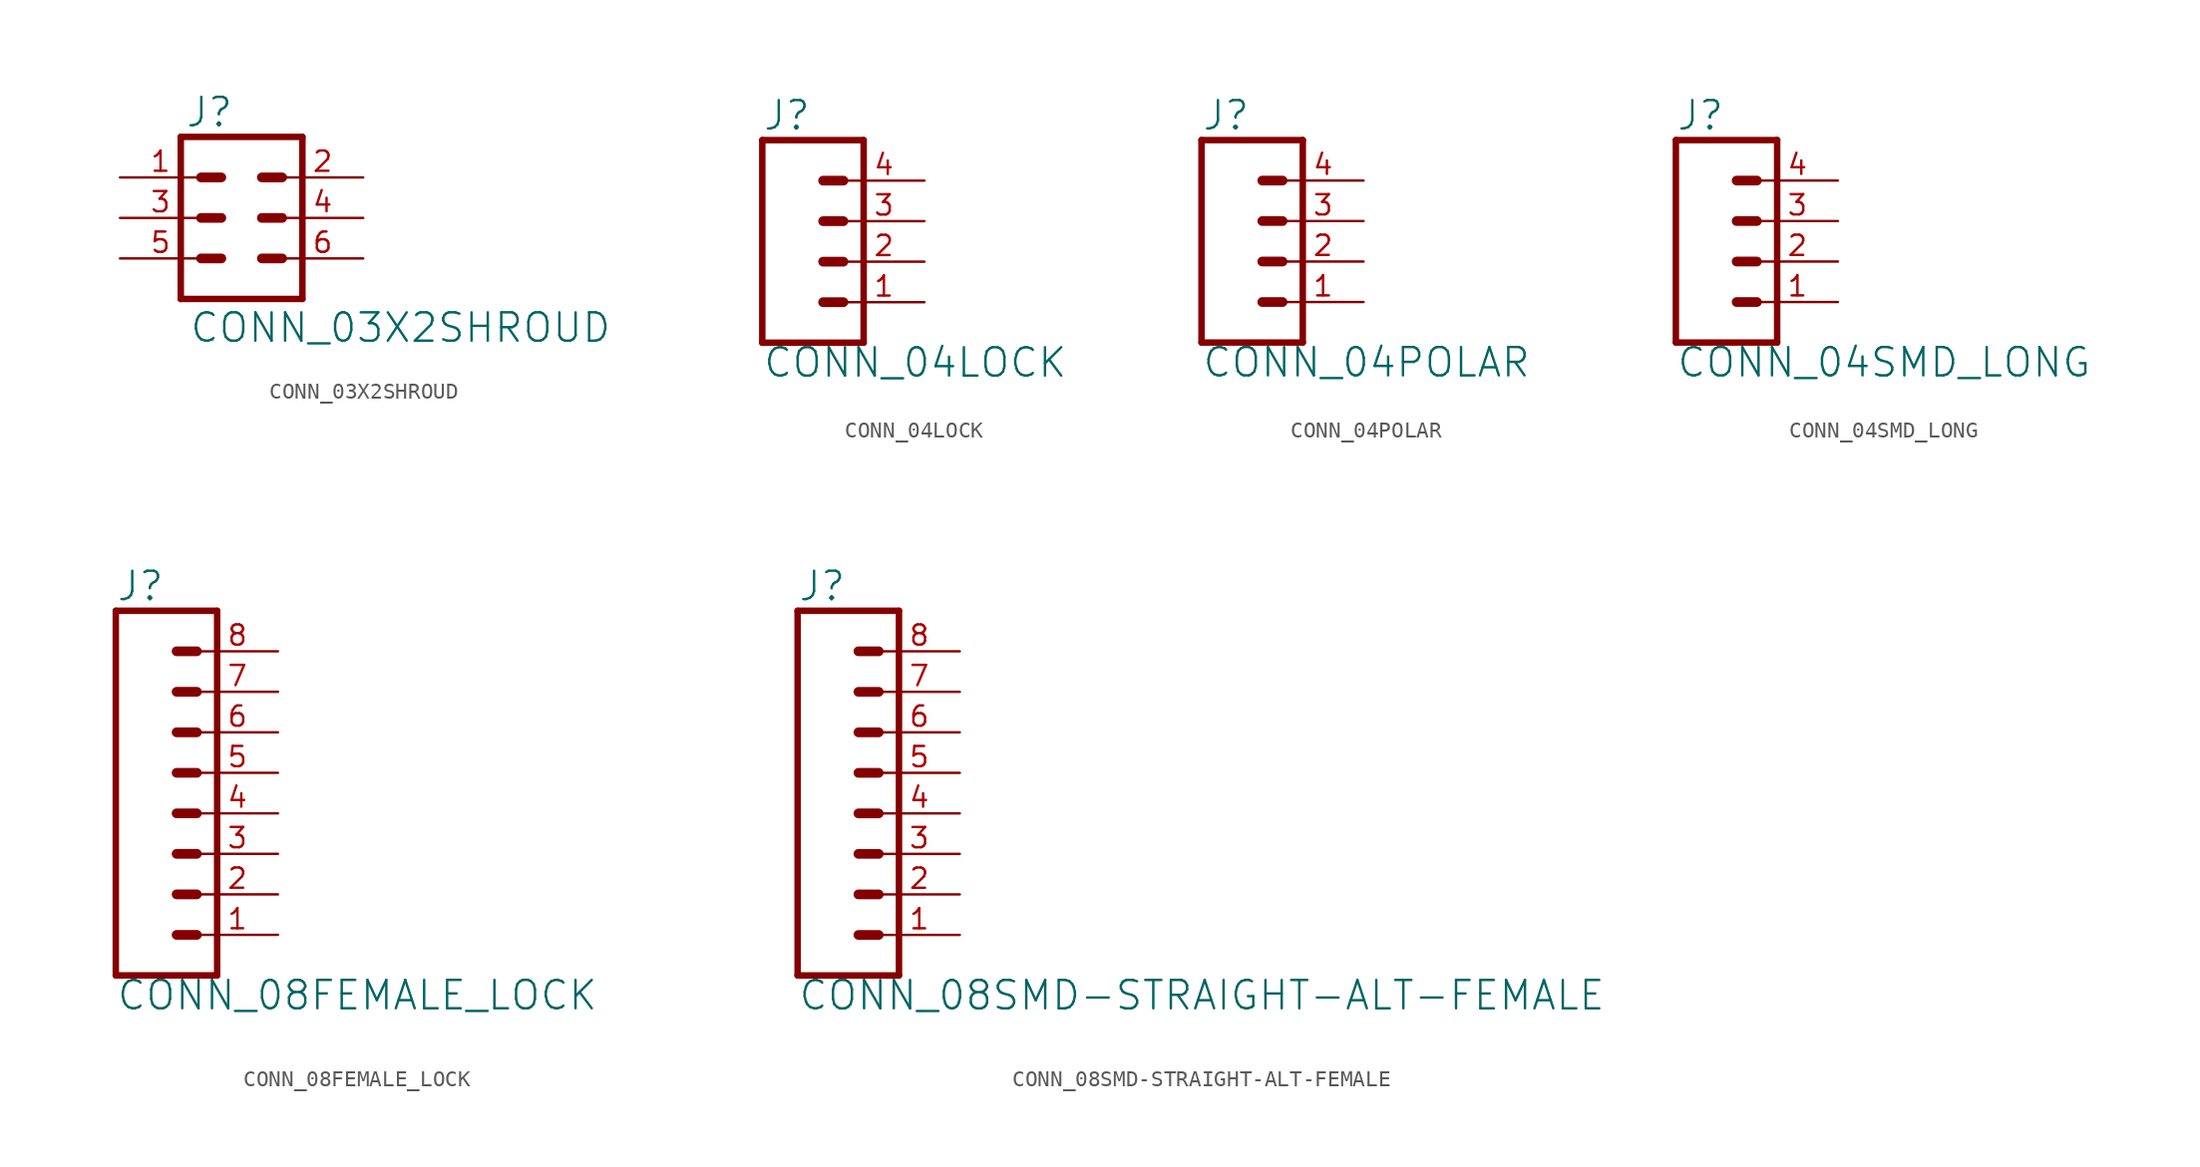
<source format=kicad_sym>
(kicad_symbol_lib
  (version 20220331)
  (generator kicad_symbol_editor)
  (symbol "CONN_03X2SHROUD"
    (property "Reference" "J"
      (at -3.556 5.588 0)
      (effects (font (size 1.778 1.778)) (justify left bottom)))
    (property "Value" "CONN_03X2SHROUD"
      (at -3.302 -5.842 0)
      (effects (font (size 1.778 1.778)) (justify left top)))
    (property "ki_locked" ""
      (at 0 0 0)
      (effects (font (size 1.27 1.27))))
    (symbol "CONN_03X2SHROUD_1_0"
      (polyline (pts (xy -3.81 5.08) (xy -3.81 -5.08)) (stroke (width 0.406) (type solid)) (fill (type none)))
      (polyline (pts (xy -3.81 5.08) (xy 3.81 5.08)) (stroke (width 0.406) (type solid)) (fill (type none)))
      (polyline (pts (xy -1.27 -2.54) (xy -2.54 -2.54)) (stroke (width 0.61) (type solid)) (fill (type none)))
      (polyline (pts (xy -1.27 0) (xy -2.54 0)) (stroke (width 0.61) (type solid)) (fill (type none)))
      (polyline (pts (xy -1.27 2.54) (xy -2.54 2.54)) (stroke (width 0.61) (type solid)) (fill (type none)))
      (polyline (pts (xy 1.27 -2.54) (xy 2.54 -2.54)) (stroke (width 0.61) (type solid)) (fill (type none)))
      (polyline (pts (xy 1.27 0) (xy 2.54 0)) (stroke (width 0.61) (type solid)) (fill (type none)))
      (polyline (pts (xy 1.27 2.54) (xy 2.54 2.54)) (stroke (width 0.61) (type solid)) (fill (type none)))
      (polyline (pts (xy 3.81 -5.08) (xy -3.81 -5.08)) (stroke (width 0.406) (type solid)) (fill (type none)))
      (polyline (pts (xy 3.81 -5.08) (xy 3.81 5.08)) (stroke (width 0.406) (type solid)) (fill (type none)))
      (pin bidirectional line (at -7.62 2.54 0) (length 5.08) (name "1" (effects (font (size 0 0)))) (number "1" (effects (font (size 1.27 1.27)))))
      (pin bidirectional line (at 7.62 2.54 180) (length 5.08) (name "2" (effects (font (size 0 0)))) (number "2" (effects (font (size 1.27 1.27)))))
      (pin bidirectional line (at -7.62 0 0) (length 5.08) (name "3" (effects (font (size 0 0)))) (number "3" (effects (font (size 1.27 1.27)))))
      (pin bidirectional line (at 7.62 0 180) (length 5.08) (name "4" (effects (font (size 0 0)))) (number "4" (effects (font (size 1.27 1.27)))))
      (pin bidirectional line (at -7.62 -2.54 0) (length 5.08) (name "5" (effects (font (size 0 0)))) (number "5" (effects (font (size 1.27 1.27)))))
      (pin bidirectional line (at 7.62 -2.54 180) (length 5.08) (name "6" (effects (font (size 0 0)))) (number "6" (effects (font (size 1.27 1.27)))))))
  (symbol "CONN_04LOCK"
    (property "Reference" "J"
      (at -5.08 8.128 0)
      (effects (font (size 1.778 1.778)) (justify left bottom)))
    (property "Value" "CONN_04LOCK"
      (at -5.08 -7.366 0)
      (effects (font (size 1.778 1.778)) (justify left bottom)))
    (property "ki_locked" ""
      (at 0 0 0)
      (effects (font (size 1.27 1.27))))
    (symbol "CONN_04LOCK_1_0"
      (polyline (pts (xy -5.08 7.62) (xy -5.08 -5.08)) (stroke (width 0.406) (type solid)) (fill (type none)))
      (polyline (pts (xy -5.08 7.62) (xy 1.27 7.62)) (stroke (width 0.406) (type solid)) (fill (type none)))
      (polyline (pts (xy -1.27 -2.54) (xy 0 -2.54)) (stroke (width 0.61) (type solid)) (fill (type none)))
      (polyline (pts (xy -1.27 0) (xy 0 0)) (stroke (width 0.61) (type solid)) (fill (type none)))
      (polyline (pts (xy -1.27 2.54) (xy 0 2.54)) (stroke (width 0.61) (type solid)) (fill (type none)))
      (polyline (pts (xy -1.27 5.08) (xy 0 5.08)) (stroke (width 0.61) (type solid)) (fill (type none)))
      (polyline (pts (xy 1.27 -5.08) (xy -5.08 -5.08)) (stroke (width 0.406) (type solid)) (fill (type none)))
      (polyline (pts (xy 1.27 -5.08) (xy 1.27 7.62)) (stroke (width 0.406) (type solid)) (fill (type none)))
      (pin passive line (at 5.08 -2.54 180) (length 5.08) (name "1" (effects (font (size 0 0)))) (number "1" (effects (font (size 1.27 1.27)))))
      (pin passive line (at 5.08 0 180) (length 5.08) (name "2" (effects (font (size 0 0)))) (number "2" (effects (font (size 1.27 1.27)))))
      (pin passive line (at 5.08 2.54 180) (length 5.08) (name "3" (effects (font (size 0 0)))) (number "3" (effects (font (size 1.27 1.27)))))
      (pin passive line (at 5.08 5.08 180) (length 5.08) (name "4" (effects (font (size 0 0)))) (number "4" (effects (font (size 1.27 1.27)))))))
  (symbol "CONN_04POLAR"
    (property "Reference" "J"
      (at -5.08 8.128 0)
      (effects (font (size 1.778 1.778)) (justify left bottom)))
    (property "Value" "CONN_04POLAR"
      (at -5.08 -7.366 0)
      (effects (font (size 1.778 1.778)) (justify left bottom)))
    (property "ki_locked" ""
      (at 0 0 0)
      (effects (font (size 1.27 1.27))))
    (symbol "CONN_04POLAR_1_0"
      (polyline (pts (xy -5.08 7.62) (xy -5.08 -5.08)) (stroke (width 0.406) (type solid)) (fill (type none)))
      (polyline (pts (xy -5.08 7.62) (xy 1.27 7.62)) (stroke (width 0.406) (type solid)) (fill (type none)))
      (polyline (pts (xy -1.27 -2.54) (xy 0 -2.54)) (stroke (width 0.61) (type solid)) (fill (type none)))
      (polyline (pts (xy -1.27 0) (xy 0 0)) (stroke (width 0.61) (type solid)) (fill (type none)))
      (polyline (pts (xy -1.27 2.54) (xy 0 2.54)) (stroke (width 0.61) (type solid)) (fill (type none)))
      (polyline (pts (xy -1.27 5.08) (xy 0 5.08)) (stroke (width 0.61) (type solid)) (fill (type none)))
      (polyline (pts (xy 1.27 -5.08) (xy -5.08 -5.08)) (stroke (width 0.406) (type solid)) (fill (type none)))
      (polyline (pts (xy 1.27 -5.08) (xy 1.27 7.62)) (stroke (width 0.406) (type solid)) (fill (type none)))
      (pin passive line (at 5.08 -2.54 180) (length 5.08) (name "1" (effects (font (size 0 0)))) (number "1" (effects (font (size 1.27 1.27)))))
      (pin passive line (at 5.08 0 180) (length 5.08) (name "2" (effects (font (size 0 0)))) (number "2" (effects (font (size 1.27 1.27)))))
      (pin passive line (at 5.08 2.54 180) (length 5.08) (name "3" (effects (font (size 0 0)))) (number "3" (effects (font (size 1.27 1.27)))))
      (pin passive line (at 5.08 5.08 180) (length 5.08) (name "4" (effects (font (size 0 0)))) (number "4" (effects (font (size 1.27 1.27)))))))
  (symbol "CONN_04SMD_LONG"
    (property "Reference" "J"
      (at -5.08 8.128 0)
      (effects (font (size 1.778 1.778)) (justify left bottom)))
    (property "Value" "CONN_04SMD_LONG"
      (at -5.08 -7.366 0)
      (effects (font (size 1.778 1.778)) (justify left bottom)))
    (property "ki_locked" ""
      (at 0 0 0)
      (effects (font (size 1.27 1.27))))
    (symbol "CONN_04SMD_LONG_1_0"
      (polyline (pts (xy -5.08 7.62) (xy -5.08 -5.08)) (stroke (width 0.406) (type solid)) (fill (type none)))
      (polyline (pts (xy -5.08 7.62) (xy 1.27 7.62)) (stroke (width 0.406) (type solid)) (fill (type none)))
      (polyline (pts (xy -1.27 -2.54) (xy 0 -2.54)) (stroke (width 0.61) (type solid)) (fill (type none)))
      (polyline (pts (xy -1.27 0) (xy 0 0)) (stroke (width 0.61) (type solid)) (fill (type none)))
      (polyline (pts (xy -1.27 2.54) (xy 0 2.54)) (stroke (width 0.61) (type solid)) (fill (type none)))
      (polyline (pts (xy -1.27 5.08) (xy 0 5.08)) (stroke (width 0.61) (type solid)) (fill (type none)))
      (polyline (pts (xy 1.27 -5.08) (xy -5.08 -5.08)) (stroke (width 0.406) (type solid)) (fill (type none)))
      (polyline (pts (xy 1.27 -5.08) (xy 1.27 7.62)) (stroke (width 0.406) (type solid)) (fill (type none)))
      (pin passive line (at 5.08 -2.54 180) (length 5.08) (name "1" (effects (font (size 0 0)))) (number "1" (effects (font (size 1.27 1.27)))))
      (pin passive line (at 5.08 0 180) (length 5.08) (name "2" (effects (font (size 0 0)))) (number "2" (effects (font (size 1.27 1.27)))))
      (pin passive line (at 5.08 2.54 180) (length 5.08) (name "3" (effects (font (size 0 0)))) (number "3" (effects (font (size 1.27 1.27)))))
      (pin passive line (at 5.08 5.08 180) (length 5.08) (name "4" (effects (font (size 0 0)))) (number "4" (effects (font (size 1.27 1.27)))))))
  (symbol "CONN_08FEMALE_LOCK"
    (property "Reference" "J"
      (at -5.08 13.208 0)
      (effects (font (size 1.778 1.778)) (justify left bottom)))
    (property "Value" "CONN_08FEMALE_LOCK"
      (at -5.08 -12.446 0)
      (effects (font (size 1.778 1.778)) (justify left bottom)))
    (property "ki_locked" ""
      (at 0 0 0)
      (effects (font (size 1.27 1.27))))
    (symbol "CONN_08FEMALE_LOCK_1_0"
      (polyline (pts (xy -5.08 12.7) (xy -5.08 -10.16)) (stroke (width 0.406) (type solid)) (fill (type none)))
      (polyline (pts (xy -5.08 12.7) (xy 1.27 12.7)) (stroke (width 0.406) (type solid)) (fill (type none)))
      (polyline (pts (xy -1.27 -7.62) (xy 0 -7.62)) (stroke (width 0.61) (type solid)) (fill (type none)))
      (polyline (pts (xy -1.27 -5.08) (xy 0 -5.08)) (stroke (width 0.61) (type solid)) (fill (type none)))
      (polyline (pts (xy -1.27 -2.54) (xy 0 -2.54)) (stroke (width 0.61) (type solid)) (fill (type none)))
      (polyline (pts (xy -1.27 0) (xy 0 0)) (stroke (width 0.61) (type solid)) (fill (type none)))
      (polyline (pts (xy -1.27 2.54) (xy 0 2.54)) (stroke (width 0.61) (type solid)) (fill (type none)))
      (polyline (pts (xy -1.27 5.08) (xy 0 5.08)) (stroke (width 0.61) (type solid)) (fill (type none)))
      (polyline (pts (xy -1.27 7.62) (xy 0 7.62)) (stroke (width 0.61) (type solid)) (fill (type none)))
      (polyline (pts (xy -1.27 10.16) (xy 0 10.16)) (stroke (width 0.61) (type solid)) (fill (type none)))
      (polyline (pts (xy 1.27 -10.16) (xy -5.08 -10.16)) (stroke (width 0.406) (type solid)) (fill (type none)))
      (polyline (pts (xy 1.27 -10.16) (xy 1.27 12.7)) (stroke (width 0.406) (type solid)) (fill (type none)))
      (pin passive line (at 5.08 -7.62 180) (length 5.08) (name "1" (effects (font (size 0 0)))) (number "1" (effects (font (size 1.27 1.27)))))
      (pin passive line (at 5.08 -5.08 180) (length 5.08) (name "2" (effects (font (size 0 0)))) (number "2" (effects (font (size 1.27 1.27)))))
      (pin passive line (at 5.08 -2.54 180) (length 5.08) (name "3" (effects (font (size 0 0)))) (number "3" (effects (font (size 1.27 1.27)))))
      (pin passive line (at 5.08 0 180) (length 5.08) (name "4" (effects (font (size 0 0)))) (number "4" (effects (font (size 1.27 1.27)))))
      (pin passive line (at 5.08 2.54 180) (length 5.08) (name "5" (effects (font (size 0 0)))) (number "5" (effects (font (size 1.27 1.27)))))
      (pin passive line (at 5.08 5.08 180) (length 5.08) (name "6" (effects (font (size 0 0)))) (number "6" (effects (font (size 1.27 1.27)))))
      (pin passive line (at 5.08 7.62 180) (length 5.08) (name "7" (effects (font (size 0 0)))) (number "7" (effects (font (size 1.27 1.27)))))
      (pin passive line (at 5.08 10.16 180) (length 5.08) (name "8" (effects (font (size 0 0)))) (number "8" (effects (font (size 1.27 1.27)))))))
  (symbol "CONN_08SMD-STRAIGHT-ALT-FEMALE"
    (property "Reference" "J"
      (at -5.08 13.208 0)
      (effects (font (size 1.778 1.778)) (justify left bottom)))
    (property "Value" "CONN_08SMD-STRAIGHT-ALT-FEMALE"
      (at -5.08 -12.446 0)
      (effects (font (size 1.778 1.778)) (justify left bottom)))
    (property "ki_locked" ""
      (at 0 0 0)
      (effects (font (size 1.27 1.27))))
    (symbol "CONN_08SMD-STRAIGHT-ALT-FEMALE_1_0"
      (polyline (pts (xy -5.08 12.7) (xy -5.08 -10.16)) (stroke (width 0.406) (type solid)) (fill (type none)))
      (polyline (pts (xy -5.08 12.7) (xy 1.27 12.7)) (stroke (width 0.406) (type solid)) (fill (type none)))
      (polyline (pts (xy -1.27 -7.62) (xy 0 -7.62)) (stroke (width 0.61) (type solid)) (fill (type none)))
      (polyline (pts (xy -1.27 -5.08) (xy 0 -5.08)) (stroke (width 0.61) (type solid)) (fill (type none)))
      (polyline (pts (xy -1.27 -2.54) (xy 0 -2.54)) (stroke (width 0.61) (type solid)) (fill (type none)))
      (polyline (pts (xy -1.27 0) (xy 0 0)) (stroke (width 0.61) (type solid)) (fill (type none)))
      (polyline (pts (xy -1.27 2.54) (xy 0 2.54)) (stroke (width 0.61) (type solid)) (fill (type none)))
      (polyline (pts (xy -1.27 5.08) (xy 0 5.08)) (stroke (width 0.61) (type solid)) (fill (type none)))
      (polyline (pts (xy -1.27 7.62) (xy 0 7.62)) (stroke (width 0.61) (type solid)) (fill (type none)))
      (polyline (pts (xy -1.27 10.16) (xy 0 10.16)) (stroke (width 0.61) (type solid)) (fill (type none)))
      (polyline (pts (xy 1.27 -10.16) (xy -5.08 -10.16)) (stroke (width 0.406) (type solid)) (fill (type none)))
      (polyline (pts (xy 1.27 -10.16) (xy 1.27 12.7)) (stroke (width 0.406) (type solid)) (fill (type none)))
      (pin passive line (at 5.08 -7.62 180) (length 5.08) (name "1" (effects (font (size 0 0)))) (number "1" (effects (font (size 1.27 1.27)))))
      (pin passive line (at 5.08 -5.08 180) (length 5.08) (name "2" (effects (font (size 0 0)))) (number "2" (effects (font (size 1.27 1.27)))))
      (pin passive line (at 5.08 -2.54 180) (length 5.08) (name "3" (effects (font (size 0 0)))) (number "3" (effects (font (size 1.27 1.27)))))
      (pin passive line (at 5.08 0 180) (length 5.08) (name "4" (effects (font (size 0 0)))) (number "4" (effects (font (size 1.27 1.27)))))
      (pin passive line (at 5.08 2.54 180) (length 5.08) (name "5" (effects (font (size 0 0)))) (number "5" (effects (font (size 1.27 1.27)))))
      (pin passive line (at 5.08 5.08 180) (length 5.08) (name "6" (effects (font (size 0 0)))) (number "6" (effects (font (size 1.27 1.27)))))
      (pin passive line (at 5.08 7.62 180) (length 5.08) (name "7" (effects (font (size 0 0)))) (number "7" (effects (font (size 1.27 1.27)))))
      (pin passive line (at 5.08 10.16 180) (length 5.08) (name "8" (effects (font (size 0 0)))) (number "8" (effects (font (size 1.27 1.27))))))))
</source>
